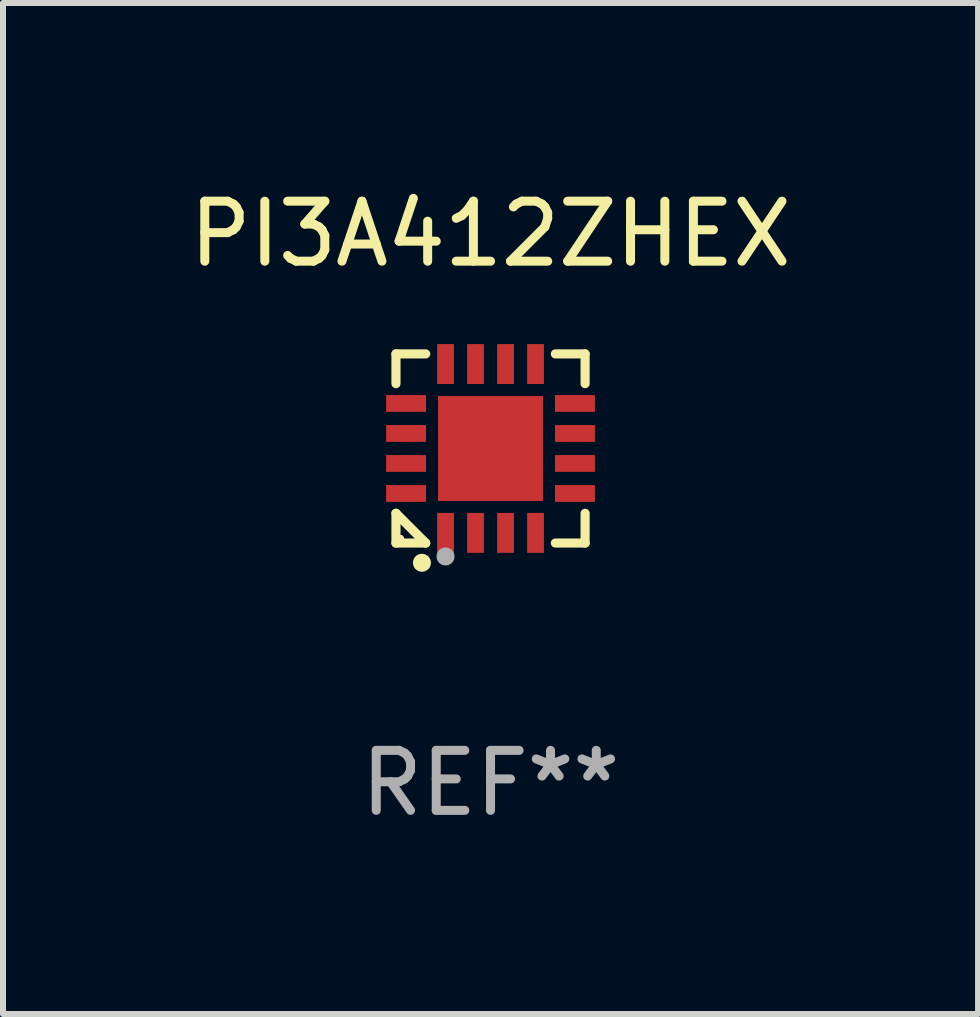
<source format=kicad_pcb>
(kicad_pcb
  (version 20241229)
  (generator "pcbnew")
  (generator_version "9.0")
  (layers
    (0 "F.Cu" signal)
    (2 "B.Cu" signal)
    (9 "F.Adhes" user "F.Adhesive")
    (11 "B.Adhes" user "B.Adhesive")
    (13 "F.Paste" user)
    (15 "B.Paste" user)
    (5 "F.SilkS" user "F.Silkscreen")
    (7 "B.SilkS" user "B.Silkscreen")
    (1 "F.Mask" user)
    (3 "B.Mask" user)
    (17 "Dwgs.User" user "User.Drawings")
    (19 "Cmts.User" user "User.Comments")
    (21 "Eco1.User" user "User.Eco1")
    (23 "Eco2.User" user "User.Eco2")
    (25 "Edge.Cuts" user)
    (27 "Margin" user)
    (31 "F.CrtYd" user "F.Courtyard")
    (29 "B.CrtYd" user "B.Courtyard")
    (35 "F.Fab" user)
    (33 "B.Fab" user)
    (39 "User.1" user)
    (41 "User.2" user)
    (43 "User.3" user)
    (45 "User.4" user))
  (footprint "PI3A412ZHEX"
    (layer "F.Cu")
    (at 5.125 4.424)
    (property "Reference" "PI3A412ZHEX" (at 0 -3.576 0) (layer "F.SilkS") (effects (font (size 1 1) (thickness 0.15))))
    (attr through_hole)
    (fp_line (start -1.576 -1.576) (end -1.08 -1.576) (stroke (width 0.152) (type solid)) (layer "F.SilkS"))
    (fp_line (start -1.576 -1.08) (end -1.576 -1.576) (stroke (width 0.152) (type solid)) (layer "F.SilkS"))
    (fp_line (start -1.576 1.08) (end -1.576 1.576) (stroke (width 0.152) (type solid)) (layer "F.SilkS"))
    (fp_line (start -1.576 1.576) (end -1.08 1.576) (stroke (width 0.152) (type solid)) (layer "F.SilkS"))
    (fp_line (start -1.08 1.576) (end -1.576 1.08) (stroke (width 0.152) (type solid)) (layer "F.SilkS"))
    (fp_line (start 1.576 -1.576) (end 1.08 -1.576) (stroke (width 0.152) (type solid)) (layer "F.SilkS"))
    (fp_line (start 1.576 -1.08) (end 1.576 -1.576) (stroke (width 0.152) (type solid)) (layer "F.SilkS"))
    (fp_line (start 1.576 1.08) (end 1.576 1.576) (stroke (width 0.152) (type solid)) (layer "F.SilkS"))
    (fp_line (start 1.576 1.576) (end 1.08 1.576) (stroke (width 0.152) (type solid)) (layer "F.SilkS"))
    (fp_circle (center -1.5 1.5) (end -1.47 1.5) (stroke (width 0.06) (type solid)) (fill no) (layer "F.SilkS"))
    (fp_circle (center -1.143 1.905) (end -1.068 1.905) (stroke (width 0.15) (type solid)) (fill no) (layer "F.SilkS"))
    (fp_circle (center -0.75 1.8) (end -0.675 1.8) (stroke (width 0.15) (type solid)) (fill no) (layer "F.Fab"))
    (fp_text user "REF**" (at 0 5.576 0) (layer "F.Fab") (effects (font (size 1 1) (thickness 0.15))))
    (pad "1" smd rect (at -0.75 1.407) (size 0.28 0.665) (layers "F.Cu" "F.Mask" "F.Paste"))
    (pad "2" smd rect (at -0.25 1.407) (size 0.28 0.665) (layers "F.Cu" "F.Mask" "F.Paste"))
    (pad "3" smd rect (at 0.25 1.407) (size 0.28 0.665) (layers "F.Cu" "F.Mask" "F.Paste"))
    (pad "4" smd rect (at 0.75 1.407) (size 0.28 0.665) (layers "F.Cu" "F.Mask" "F.Paste"))
    (pad "5" smd rect (at 1.407 0.75) (size 0.665 0.28) (layers "F.Cu" "F.Mask" "F.Paste"))
    (pad "6" smd rect (at 1.407 0.25) (size 0.665 0.28) (layers "F.Cu" "F.Mask" "F.Paste"))
    (pad "7" smd rect (at 1.407 -0.25) (size 0.665 0.28) (layers "F.Cu" "F.Mask" "F.Paste"))
    (pad "8" smd rect (at 1.407 -0.75) (size 0.665 0.28) (layers "F.Cu" "F.Mask" "F.Paste"))
    (pad "9" smd rect (at 0.75 -1.407) (size 0.28 0.665) (layers "F.Cu" "F.Mask" "F.Paste"))
    (pad "10" smd rect (at 0.25 -1.407) (size 0.28 0.665) (layers "F.Cu" "F.Mask" "F.Paste"))
    (pad "11" smd rect (at -0.25 -1.407) (size 0.28 0.665) (layers "F.Cu" "F.Mask" "F.Paste"))
    (pad "12" smd rect (at -0.75 -1.407) (size 0.28 0.665) (layers "F.Cu" "F.Mask" "F.Paste"))
    (pad "13" smd rect (at -1.407 -0.75) (size 0.665 0.28) (layers "F.Cu" "F.Mask" "F.Paste"))
    (pad "14" smd rect (at -1.407 -0.25) (size 0.665 0.28) (layers "F.Cu" "F.Mask" "F.Paste"))
    (pad "15" smd rect (at -1.407 0.25) (size 0.665 0.28) (layers "F.Cu" "F.Mask" "F.Paste"))
    (pad "16" smd rect (at -1.407 0.75) (size 0.665 0.28) (layers "F.Cu" "F.Mask" "F.Paste"))
    (pad "17" smd rect (at 0 0) (size 1.75 1.75) (layers "F.Cu" "F.Mask" "F.Paste")))
  (gr_rect
    (start -3 -3)
    (end 13.25 13.849)
    (stroke (width 0.1) (type default))
    (fill no)
    (layer "Edge.Cuts")))
</source>
